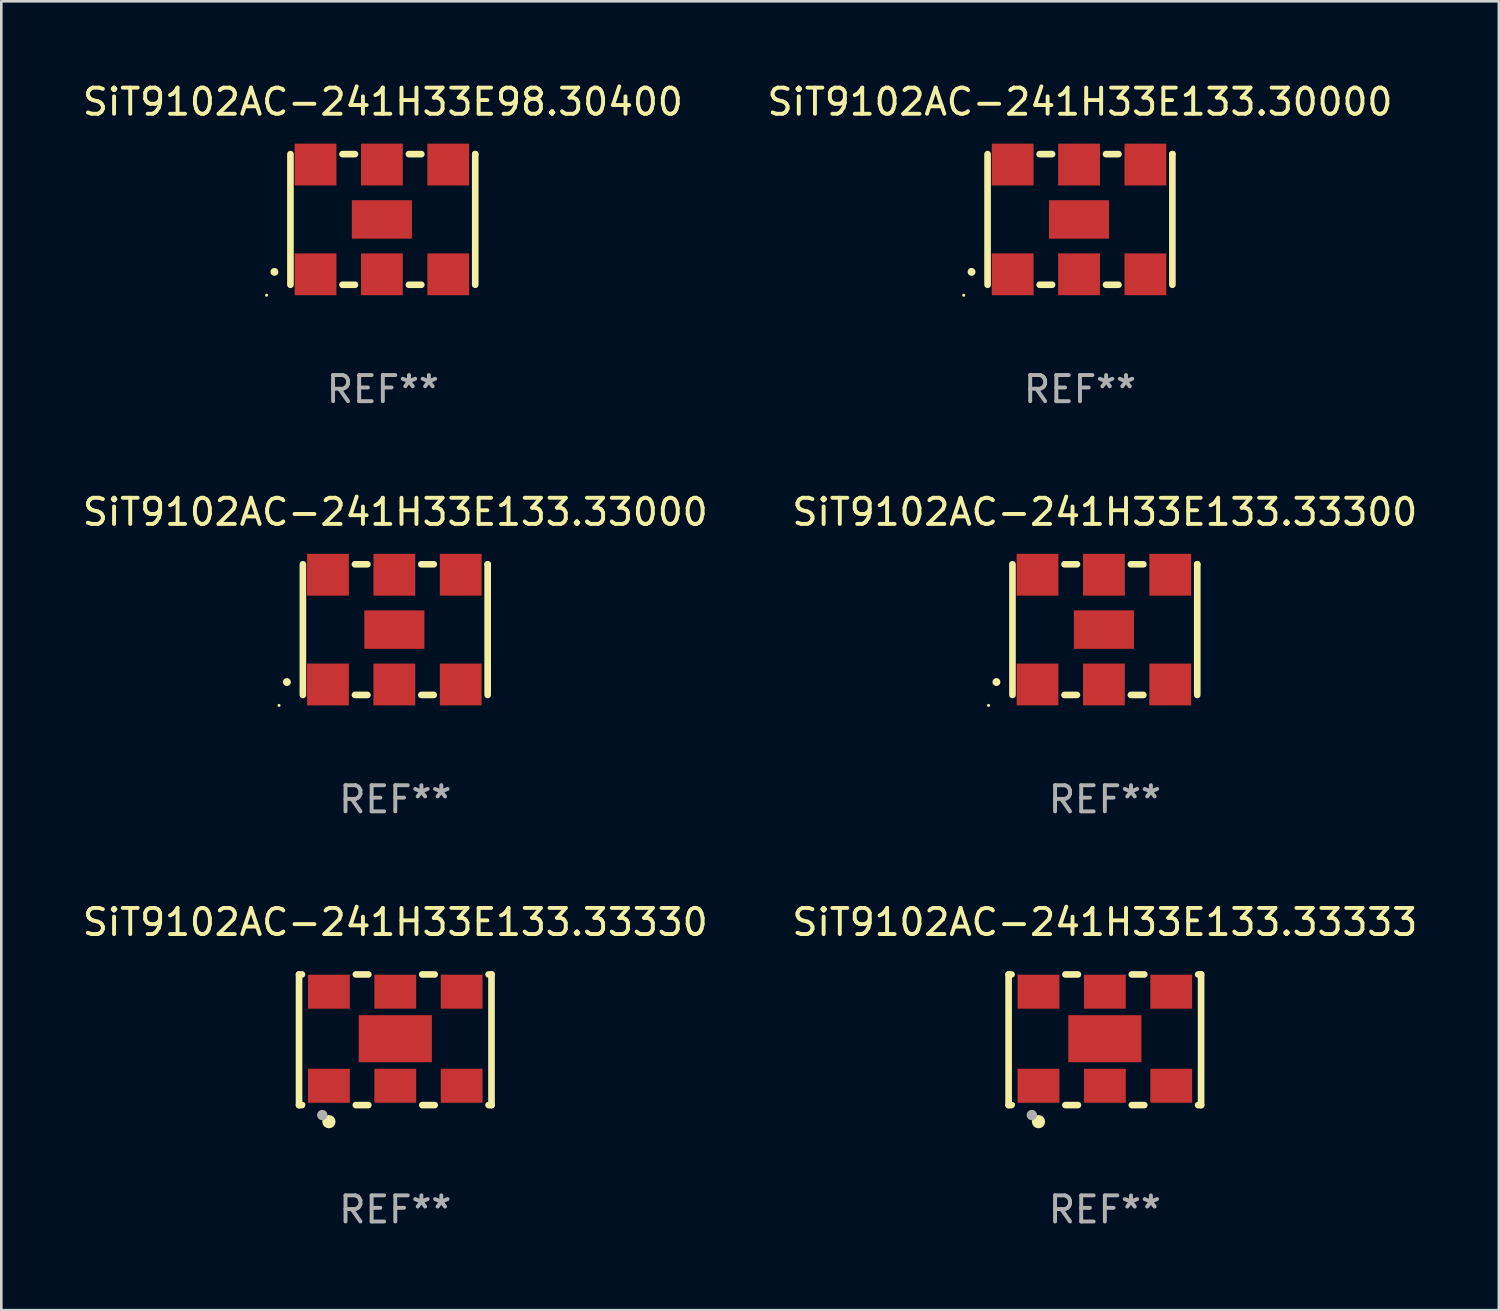
<source format=kicad_pcb>
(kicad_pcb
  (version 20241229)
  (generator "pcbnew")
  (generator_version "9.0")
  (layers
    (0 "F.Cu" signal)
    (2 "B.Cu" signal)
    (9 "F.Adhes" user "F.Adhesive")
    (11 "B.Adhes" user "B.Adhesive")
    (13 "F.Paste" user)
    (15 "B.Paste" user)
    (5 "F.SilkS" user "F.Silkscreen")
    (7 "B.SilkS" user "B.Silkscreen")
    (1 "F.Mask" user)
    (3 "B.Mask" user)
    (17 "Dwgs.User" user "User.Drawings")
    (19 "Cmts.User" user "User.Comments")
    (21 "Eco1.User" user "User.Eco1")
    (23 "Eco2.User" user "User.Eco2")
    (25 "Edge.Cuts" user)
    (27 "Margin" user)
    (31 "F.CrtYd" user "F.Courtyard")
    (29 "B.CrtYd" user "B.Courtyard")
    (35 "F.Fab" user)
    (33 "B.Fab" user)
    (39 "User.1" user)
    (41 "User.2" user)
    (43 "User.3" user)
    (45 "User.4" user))
  (footprint "SiT9102AC-241H33E133.33000"
    (layer "F.Cu")
    (at 12.077 21.045)
    (property "Reference" "SiT9102AC-241H33E133.33000" (at 0 -4.5 0) (layer "F.SilkS") (effects (font (size 1 1) (thickness 0.15))))
    (attr through_hole)
    (fp_line (start -3.536 -2.5) (end -3.536 2.5) (stroke (width 0.254) (type solid)) (layer "F.SilkS"))
    (fp_line (start -1.544 2.5) (end -1.067 2.5) (stroke (width 0.254) (type solid)) (layer "F.SilkS"))
    (fp_line (start -1.067 -2.5) (end -1.544 -2.5) (stroke (width 0.254) (type solid)) (layer "F.SilkS"))
    (fp_line (start 0.996 2.5) (end 1.473 2.5) (stroke (width 0.254) (type solid)) (layer "F.SilkS"))
    (fp_line (start 1.473 -2.5) (end 0.996 -2.5) (stroke (width 0.254) (type solid)) (layer "F.SilkS"))
    (fp_line (start 3.536 -2.5) (end 3.536 -2.5) (stroke (width 0.254) (type solid)) (layer "F.SilkS"))
    (fp_line (start 3.536 2.5) (end 3.536 -2.5) (stroke (width 0.254) (type solid)) (layer "F.SilkS"))
    (fp_arc (start -4.150432 2.006604) (mid -4.149162 2.006599) (end -4.147892 2.006604) (stroke (width 0.3) (type solid)) (layer "F.SilkS"))
    (fp_circle (center -4.449 2.9) (end -4.419 2.9) (stroke (width 0.06) (type solid)) (fill no) (layer "F.SilkS"))
    (fp_text user "REF**" (at 0 6.5 0) (layer "F.Fab") (effects (font (size 1 1) (thickness 0.15))))
    (pad "1" smd rect (at -2.576 2.1) (size 1.6 1.6) (layers "F.Cu" "F.Mask" "F.Paste"))
    (pad "2" smd rect (at -0.036 2.1) (size 1.6 1.6) (layers "F.Cu" "F.Mask" "F.Paste"))
    (pad "3" smd rect (at 2.504 2.1) (size 1.6 1.6) (layers "F.Cu" "F.Mask" "F.Paste"))
    (pad "4" smd rect (at 2.504 -2.1) (size 1.6 1.6) (layers "F.Cu" "F.Mask" "F.Paste"))
    (pad "5" smd rect (at -0.036 -2.1) (size 1.6 1.6) (layers "F.Cu" "F.Mask" "F.Paste"))
    (pad "6" smd rect (at -2.576 -2.1) (size 1.6 1.6) (layers "F.Cu" "F.Mask" "F.Paste"))
    (pad "7" smd rect (at -0.036 0) (size 2.3 1.47) (layers "F.Cu" "F.Mask" "F.Paste")))
  (footprint "SiT9102AC-241H33E133.30000"
    (layer "F.Cu")
    (at 38.28 5.348)
    (property "Reference" "SiT9102AC-241H33E133.30000" (at 0 -4.5 0) (layer "F.SilkS") (effects (font (size 1 1) (thickness 0.15))))
    (attr through_hole)
    (fp_line (start -3.536 -2.5) (end -3.536 2.5) (stroke (width 0.254) (type solid)) (layer "F.SilkS"))
    (fp_line (start -1.544 2.5) (end -1.067 2.5) (stroke (width 0.254) (type solid)) (layer "F.SilkS"))
    (fp_line (start -1.067 -2.5) (end -1.544 -2.5) (stroke (width 0.254) (type solid)) (layer "F.SilkS"))
    (fp_line (start 0.996 2.5) (end 1.473 2.5) (stroke (width 0.254) (type solid)) (layer "F.SilkS"))
    (fp_line (start 1.473 -2.5) (end 0.996 -2.5) (stroke (width 0.254) (type solid)) (layer "F.SilkS"))
    (fp_line (start 3.536 -2.5) (end 3.536 -2.5) (stroke (width 0.254) (type solid)) (layer "F.SilkS"))
    (fp_line (start 3.536 2.5) (end 3.536 -2.5) (stroke (width 0.254) (type solid)) (layer "F.SilkS"))
    (fp_arc (start -4.150432 2.006604) (mid -4.149162 2.006599) (end -4.147892 2.006604) (stroke (width 0.3) (type solid)) (layer "F.SilkS"))
    (fp_circle (center -4.449 2.9) (end -4.419 2.9) (stroke (width 0.06) (type solid)) (fill no) (layer "F.SilkS"))
    (fp_text user "REF**" (at 0 6.5 0) (layer "F.Fab") (effects (font (size 1 1) (thickness 0.15))))
    (pad "1" smd rect (at -2.576 2.1) (size 1.6 1.6) (layers "F.Cu" "F.Mask" "F.Paste"))
    (pad "2" smd rect (at -0.036 2.1) (size 1.6 1.6) (layers "F.Cu" "F.Mask" "F.Paste"))
    (pad "3" smd rect (at 2.504 2.1) (size 1.6 1.6) (layers "F.Cu" "F.Mask" "F.Paste"))
    (pad "4" smd rect (at 2.504 -2.1) (size 1.6 1.6) (layers "F.Cu" "F.Mask" "F.Paste"))
    (pad "5" smd rect (at -0.036 -2.1) (size 1.6 1.6) (layers "F.Cu" "F.Mask" "F.Paste"))
    (pad "6" smd rect (at -2.576 -2.1) (size 1.6 1.6) (layers "F.Cu" "F.Mask" "F.Paste"))
    (pad "7" smd rect (at -0.036 0) (size 2.3 1.47) (layers "F.Cu" "F.Mask" "F.Paste")))
  (footprint "SiT9102AC-241H33E133.33300"
    (layer "F.Cu")
    (at 39.232 21.045)
    (property "Reference" "SiT9102AC-241H33E133.33300" (at 0 -4.5 0) (layer "F.SilkS") (effects (font (size 1 1) (thickness 0.15))))
    (attr through_hole)
    (fp_line (start -3.536 -2.5) (end -3.536 2.5) (stroke (width 0.254) (type solid)) (layer "F.SilkS"))
    (fp_line (start -1.544 2.5) (end -1.067 2.5) (stroke (width 0.254) (type solid)) (layer "F.SilkS"))
    (fp_line (start -1.067 -2.5) (end -1.544 -2.5) (stroke (width 0.254) (type solid)) (layer "F.SilkS"))
    (fp_line (start 0.996 2.5) (end 1.473 2.5) (stroke (width 0.254) (type solid)) (layer "F.SilkS"))
    (fp_line (start 1.473 -2.5) (end 0.996 -2.5) (stroke (width 0.254) (type solid)) (layer "F.SilkS"))
    (fp_line (start 3.536 -2.5) (end 3.536 -2.5) (stroke (width 0.254) (type solid)) (layer "F.SilkS"))
    (fp_line (start 3.536 2.5) (end 3.536 -2.5) (stroke (width 0.254) (type solid)) (layer "F.SilkS"))
    (fp_arc (start -4.150432 2.006604) (mid -4.149162 2.006599) (end -4.147892 2.006604) (stroke (width 0.3) (type solid)) (layer "F.SilkS"))
    (fp_circle (center -4.449 2.9) (end -4.419 2.9) (stroke (width 0.06) (type solid)) (fill no) (layer "F.SilkS"))
    (fp_text user "REF**" (at 0 6.5 0) (layer "F.Fab") (effects (font (size 1 1) (thickness 0.15))))
    (pad "1" smd rect (at -2.576 2.1) (size 1.6 1.6) (layers "F.Cu" "F.Mask" "F.Paste"))
    (pad "2" smd rect (at -0.036 2.1) (size 1.6 1.6) (layers "F.Cu" "F.Mask" "F.Paste"))
    (pad "3" smd rect (at 2.504 2.1) (size 1.6 1.6) (layers "F.Cu" "F.Mask" "F.Paste"))
    (pad "4" smd rect (at 2.504 -2.1) (size 1.6 1.6) (layers "F.Cu" "F.Mask" "F.Paste"))
    (pad "5" smd rect (at -0.036 -2.1) (size 1.6 1.6) (layers "F.Cu" "F.Mask" "F.Paste"))
    (pad "6" smd rect (at -2.576 -2.1) (size 1.6 1.6) (layers "F.Cu" "F.Mask" "F.Paste"))
    (pad "7" smd rect (at -0.036 0) (size 2.3 1.47) (layers "F.Cu" "F.Mask" "F.Paste")))
  (footprint "SiT9102AC-241H33E98.30400"
    (layer "F.Cu")
    (at 11.601 5.348)
    (property "Reference" "SiT9102AC-241H33E98.30400" (at 0 -4.5 0) (layer "F.SilkS") (effects (font (size 1 1) (thickness 0.15))))
    (attr through_hole)
    (fp_line (start -3.536 -2.5) (end -3.536 2.5) (stroke (width 0.254) (type solid)) (layer "F.SilkS"))
    (fp_line (start -1.544 2.5) (end -1.067 2.5) (stroke (width 0.254) (type solid)) (layer "F.SilkS"))
    (fp_line (start -1.067 -2.5) (end -1.544 -2.5) (stroke (width 0.254) (type solid)) (layer "F.SilkS"))
    (fp_line (start 0.996 2.5) (end 1.473 2.5) (stroke (width 0.254) (type solid)) (layer "F.SilkS"))
    (fp_line (start 1.473 -2.5) (end 0.996 -2.5) (stroke (width 0.254) (type solid)) (layer "F.SilkS"))
    (fp_line (start 3.536 -2.5) (end 3.536 -2.5) (stroke (width 0.254) (type solid)) (layer "F.SilkS"))
    (fp_line (start 3.536 2.5) (end 3.536 -2.5) (stroke (width 0.254) (type solid)) (layer "F.SilkS"))
    (fp_arc (start -4.150432 2.006604) (mid -4.149162 2.006599) (end -4.147892 2.006604) (stroke (width 0.3) (type solid)) (layer "F.SilkS"))
    (fp_circle (center -4.449 2.9) (end -4.419 2.9) (stroke (width 0.06) (type solid)) (fill no) (layer "F.SilkS"))
    (fp_text user "REF**" (at 0 6.5 0) (layer "F.Fab") (effects (font (size 1 1) (thickness 0.15))))
    (pad "1" smd rect (at -2.576 2.1) (size 1.6 1.6) (layers "F.Cu" "F.Mask" "F.Paste"))
    (pad "2" smd rect (at -0.036 2.1) (size 1.6 1.6) (layers "F.Cu" "F.Mask" "F.Paste"))
    (pad "3" smd rect (at 2.504 2.1) (size 1.6 1.6) (layers "F.Cu" "F.Mask" "F.Paste"))
    (pad "4" smd rect (at 2.504 -2.1) (size 1.6 1.6) (layers "F.Cu" "F.Mask" "F.Paste"))
    (pad "5" smd rect (at -0.036 -2.1) (size 1.6 1.6) (layers "F.Cu" "F.Mask" "F.Paste"))
    (pad "6" smd rect (at -2.576 -2.1) (size 1.6 1.6) (layers "F.Cu" "F.Mask" "F.Paste"))
    (pad "7" smd rect (at -0.036 0) (size 2.3 1.47) (layers "F.Cu" "F.Mask" "F.Paste")))
  (footprint "SiT9102AC-241H33E133.33330"
    (layer "F.Cu")
    (at 12.077 36.741)
    (property "Reference" "SiT9102AC-241H33E133.33330" (at 0 -4.5 0) (layer "F.SilkS") (effects (font (size 1 1) (thickness 0.15))))
    (attr through_hole)
    (fp_line (start -3.683 -2.5) (end -3.571 -2.5) (stroke (width 0.254) (type solid)) (layer "F.SilkS"))
    (fp_line (start -3.683 2.5) (end -3.683 -2.5) (stroke (width 0.254) (type solid)) (layer "F.SilkS"))
    (fp_line (start -3.683 2.5) (end -3.571 2.5) (stroke (width 0.254) (type solid)) (layer "F.SilkS"))
    (fp_line (start -1.509 -2.5) (end -1.031 -2.5) (stroke (width 0.254) (type solid)) (layer "F.SilkS"))
    (fp_line (start -1.509 2.5) (end -1.031 2.5) (stroke (width 0.254) (type solid)) (layer "F.SilkS"))
    (fp_line (start 1.031 -2.5) (end 1.509 -2.5) (stroke (width 0.254) (type solid)) (layer "F.SilkS"))
    (fp_line (start 1.031 2.5) (end 1.509 2.5) (stroke (width 0.254) (type solid)) (layer "F.SilkS"))
    (fp_line (start 3.571 -2.5) (end 3.683 -2.5) (stroke (width 0.254) (type solid)) (layer "F.SilkS"))
    (fp_line (start 3.571 2.5) (end 3.683 2.5) (stroke (width 0.254) (type solid)) (layer "F.SilkS"))
    (fp_line (start 3.683 2.5) (end 3.683 -2.5) (stroke (width 0.254) (type solid)) (layer "F.SilkS"))
    (fp_circle (center -3.5 2.46) (end -3.47 2.46) (stroke (width 0.06) (type solid)) (fill no) (layer "F.SilkS"))
    (fp_circle (center -2.54 3.135) (end -2.413 3.135) (stroke (width 0.254) (type solid)) (fill no) (layer "F.SilkS"))
    (fp_circle (center -2.794 2.881) (end -2.694 2.881) (stroke (width 0.2) (type solid)) (fill no) (layer "F.Fab"))
    (fp_text user "REF**" (at 0 6.5 0) (layer "F.Fab") (effects (font (size 1 1) (thickness 0.15))))
    (pad "1" smd rect (at -2.54 1.76) (size 1.6 1.3) (layers "F.Cu" "F.Mask" "F.Paste"))
    (pad "2" smd rect (at 0 1.76) (size 1.6 1.3) (layers "F.Cu" "F.Mask" "F.Paste"))
    (pad "3" smd rect (at 2.54 1.76) (size 1.6 1.3) (layers "F.Cu" "F.Mask" "F.Paste"))
    (pad "4" smd rect (at 2.54 -1.84) (size 1.6 1.3) (layers "F.Cu" "F.Mask" "F.Paste"))
    (pad "5" smd rect (at 0 -1.84) (size 1.6 1.3) (layers "F.Cu" "F.Mask" "F.Paste"))
    (pad "6" smd rect (at -2.54 -1.84) (size 1.6 1.3) (layers "F.Cu" "F.Mask" "F.Paste"))
    (pad "7" smd rect (at 0 -0.04) (size 2.8 1.8) (layers "F.Cu" "F.Mask" "F.Paste")))
  (footprint "SiT9102AC-241H33E133.33333"
    (layer "F.Cu")
    (at 39.232 36.741)
    (property "Reference" "SiT9102AC-241H33E133.33333" (at 0 -4.5 0) (layer "F.SilkS") (effects (font (size 1 1) (thickness 0.15))))
    (attr through_hole)
    (fp_line (start -3.683 -2.5) (end -3.571 -2.5) (stroke (width 0.254) (type solid)) (layer "F.SilkS"))
    (fp_line (start -3.683 2.5) (end -3.683 -2.5) (stroke (width 0.254) (type solid)) (layer "F.SilkS"))
    (fp_line (start -3.683 2.5) (end -3.571 2.5) (stroke (width 0.254) (type solid)) (layer "F.SilkS"))
    (fp_line (start -1.509 -2.5) (end -1.031 -2.5) (stroke (width 0.254) (type solid)) (layer "F.SilkS"))
    (fp_line (start -1.509 2.5) (end -1.031 2.5) (stroke (width 0.254) (type solid)) (layer "F.SilkS"))
    (fp_line (start 1.031 -2.5) (end 1.509 -2.5) (stroke (width 0.254) (type solid)) (layer "F.SilkS"))
    (fp_line (start 1.031 2.5) (end 1.509 2.5) (stroke (width 0.254) (type solid)) (layer "F.SilkS"))
    (fp_line (start 3.571 -2.5) (end 3.683 -2.5) (stroke (width 0.254) (type solid)) (layer "F.SilkS"))
    (fp_line (start 3.571 2.5) (end 3.683 2.5) (stroke (width 0.254) (type solid)) (layer "F.SilkS"))
    (fp_line (start 3.683 2.5) (end 3.683 -2.5) (stroke (width 0.254) (type solid)) (layer "F.SilkS"))
    (fp_circle (center -3.5 2.46) (end -3.47 2.46) (stroke (width 0.06) (type solid)) (fill no) (layer "F.SilkS"))
    (fp_circle (center -2.54 3.135) (end -2.413 3.135) (stroke (width 0.254) (type solid)) (fill no) (layer "F.SilkS"))
    (fp_circle (center -2.794 2.881) (end -2.694 2.881) (stroke (width 0.2) (type solid)) (fill no) (layer "F.Fab"))
    (fp_text user "REF**" (at 0 6.5 0) (layer "F.Fab") (effects (font (size 1 1) (thickness 0.15))))
    (pad "1" smd rect (at -2.54 1.76) (size 1.6 1.3) (layers "F.Cu" "F.Mask" "F.Paste"))
    (pad "2" smd rect (at 0 1.76) (size 1.6 1.3) (layers "F.Cu" "F.Mask" "F.Paste"))
    (pad "3" smd rect (at 2.54 1.76) (size 1.6 1.3) (layers "F.Cu" "F.Mask" "F.Paste"))
    (pad "4" smd rect (at 2.54 -1.84) (size 1.6 1.3) (layers "F.Cu" "F.Mask" "F.Paste"))
    (pad "5" smd rect (at 0 -1.84) (size 1.6 1.3) (layers "F.Cu" "F.Mask" "F.Paste"))
    (pad "6" smd rect (at -2.54 -1.84) (size 1.6 1.3) (layers "F.Cu" "F.Mask" "F.Paste"))
    (pad "7" smd rect (at 0 -0.04) (size 2.8 1.8) (layers "F.Cu" "F.Mask" "F.Paste")))
  (gr_rect
    (start -3 -3)
    (end 54.31 47.09)
    (stroke (width 0.1) (type default))
    (fill no)
    (layer "Edge.Cuts")))
</source>
